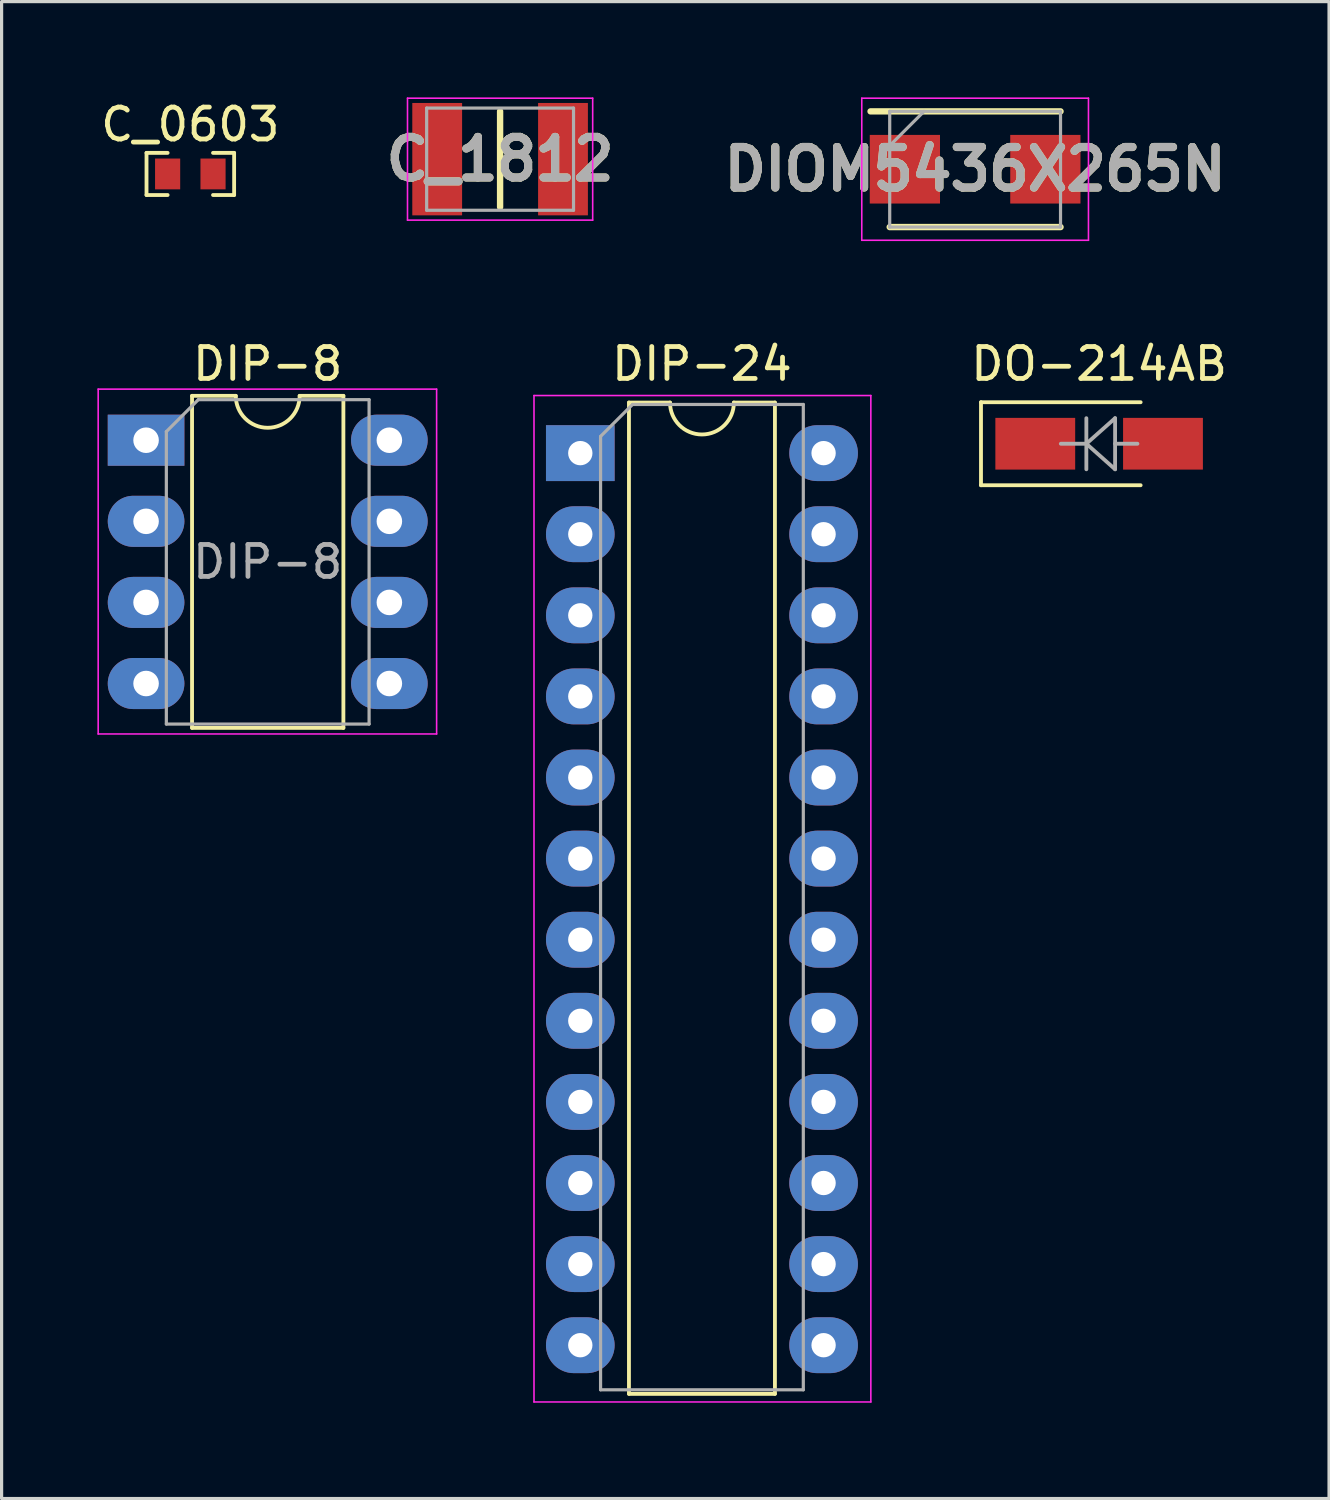
<source format=kicad_pcb>
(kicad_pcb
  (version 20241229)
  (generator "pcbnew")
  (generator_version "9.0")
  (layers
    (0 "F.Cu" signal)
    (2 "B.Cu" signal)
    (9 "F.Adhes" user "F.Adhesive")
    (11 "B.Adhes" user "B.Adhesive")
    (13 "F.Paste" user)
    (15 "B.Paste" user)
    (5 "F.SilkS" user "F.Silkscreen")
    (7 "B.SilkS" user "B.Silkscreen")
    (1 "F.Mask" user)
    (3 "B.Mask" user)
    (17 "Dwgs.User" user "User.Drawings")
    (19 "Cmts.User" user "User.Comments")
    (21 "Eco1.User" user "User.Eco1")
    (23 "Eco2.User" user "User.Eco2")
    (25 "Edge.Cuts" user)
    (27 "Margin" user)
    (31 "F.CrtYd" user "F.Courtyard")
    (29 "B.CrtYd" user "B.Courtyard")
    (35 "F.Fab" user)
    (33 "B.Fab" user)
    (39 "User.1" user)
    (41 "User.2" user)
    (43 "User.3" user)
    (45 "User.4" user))
  (footprint "DIOM5436X265N"
    (layer "F.Cu")
    (at 27.491 2.25)
    (property "Reference" "DIOM5436X265N" (at 0 0 0) (layer "F.SilkS") (effects (font (size 1.27 1.27) (thickness 0.254))))
    (attr smd)
    (fp_line (start -2.675 1.812) (end 2.675 1.812) (stroke (width 0.2) (type solid)) (layer "F.SilkS"))
    (fp_line (start 2.675 -1.812) (end -3.275 -1.812) (stroke (width 0.2) (type solid)) (layer "F.SilkS"))
    (fp_line (start -3.55 -2.225) (end 3.55 -2.225) (stroke (width 0.05) (type solid)) (layer "F.CrtYd"))
    (fp_line (start -3.55 2.225) (end -3.55 -2.225) (stroke (width 0.05) (type solid)) (layer "F.CrtYd"))
    (fp_line (start 3.55 -2.225) (end 3.55 2.225) (stroke (width 0.05) (type solid)) (layer "F.CrtYd"))
    (fp_line (start 3.55 2.225) (end -3.55 2.225) (stroke (width 0.05) (type solid)) (layer "F.CrtYd"))
    (fp_line (start -2.675 -1.812) (end 2.675 -1.812) (stroke (width 0.1) (type solid)) (layer "F.Fab"))
    (fp_line (start -2.675 -0.738) (end -1.6 -1.812) (stroke (width 0.1) (type solid)) (layer "F.Fab"))
    (fp_line (start -2.675 1.812) (end -2.675 -1.812) (stroke (width 0.1) (type solid)) (layer "F.Fab"))
    (fp_line (start 2.675 -1.812) (end 2.675 1.812) (stroke (width 0.1) (type solid)) (layer "F.Fab"))
    (fp_line (start 2.675 1.812) (end -2.675 1.812) (stroke (width 0.1) (type solid)) (layer "F.Fab"))
    (fp_text user "${REFERENCE}" (at 0 0 0) (layer "F.Fab") (effects (font (size 1.27 1.27) (thickness 0.254))))
    (pad "1" smd rect (at -2.2 0 90) (size 2.15 2.2) (layers "F.Cu" "F.Mask" "F.Paste"))
    (pad "2" smd rect (at 2.2 0 90) (size 2.15 2.2) (layers "F.Cu" "F.Mask" "F.Paste")))
  (footprint "DO-214AB"
    (layer "F.Cu")
    (at 31.375 10.848)
    (property "Reference" "DO-214AB" (at 0 -2.5 0) (layer "F.SilkS") (effects (font (size 1 1) (thickness 0.15))))
    (attr through_hole)
    (fp_line (start -3.7 -1.3) (end 1.3 -1.3) (stroke (width 0.12) (type solid)) (layer "F.SilkS"))
    (fp_line (start -3.7 1.3) (end -3.7 -1.3) (stroke (width 0.12) (type solid)) (layer "F.SilkS"))
    (fp_line (start 1.3 1.3) (end -3.7 1.3) (stroke (width 0.12) (type solid)) (layer "F.SilkS"))
    (fp_line (start -0.4 0) (end -1.2 0) (stroke (width 0.12) (type solid)) (layer "F.Fab"))
    (fp_line (start -0.4 0) (end 0.5 -0.8) (stroke (width 0.12) (type solid)) (layer "F.Fab"))
    (fp_line (start -0.4 0.8) (end -0.4 -0.8) (stroke (width 0.12) (type solid)) (layer "F.Fab"))
    (fp_line (start 0.5 -0.8) (end 0.5 0.8) (stroke (width 0.12) (type solid)) (layer "F.Fab"))
    (fp_line (start 0.5 0) (end 1.2 0) (stroke (width 0.12) (type solid)) (layer "F.Fab"))
    (fp_line (start 0.5 0.8) (end -0.4 0) (stroke (width 0.12) (type solid)) (layer "F.Fab"))
    (pad "1" smd rect (at -2 0) (size 2.5 1.62) (layers "F.Cu" "F.Mask" "F.Paste"))
    (pad "2" smd rect (at 2 0) (size 2.5 1.62) (layers "F.Cu" "F.Mask" "F.Paste")))
  (footprint "DIP-8"
    (layer "F.Cu")
    (at 1.525 10.738)
    (property "Reference" "DIP-8" (at 3.81 -2.39 0) (layer "F.SilkS") (effects (font (size 1 1) (thickness 0.15))))
    (attr through_hole)
    (fp_line (start 1.44 -1.39) (end 1.44 9.01) (stroke (width 0.12) (type solid)) (layer "F.SilkS"))
    (fp_line (start 1.44 9.01) (end 6.18 9.01) (stroke (width 0.12) (type solid)) (layer "F.SilkS"))
    (fp_line (start 2.81 -1.39) (end 1.44 -1.39) (stroke (width 0.12) (type solid)) (layer "F.SilkS"))
    (fp_line (start 6.18 -1.39) (end 4.81 -1.39) (stroke (width 0.12) (type solid)) (layer "F.SilkS"))
    (fp_line (start 6.18 9.01) (end 6.18 -1.39) (stroke (width 0.12) (type solid)) (layer "F.SilkS"))
    (fp_arc (start 4.81 -1.39) (mid 3.81 -0.39) (end 2.81 -1.39) (stroke (width 0.12) (type solid)) (layer "F.SilkS"))
    (fp_line (start -1.5 -1.6) (end -1.5 9.2) (stroke (width 0.05) (type solid)) (layer "F.CrtYd"))
    (fp_line (start -1.5 9.2) (end 9.1 9.2) (stroke (width 0.05) (type solid)) (layer "F.CrtYd"))
    (fp_line (start 9.1 -1.6) (end -1.5 -1.6) (stroke (width 0.05) (type solid)) (layer "F.CrtYd"))
    (fp_line (start 9.1 9.2) (end 9.1 -1.6) (stroke (width 0.05) (type solid)) (layer "F.CrtYd"))
    (fp_line (start 0.635 -0.27) (end 1.635 -1.27) (stroke (width 0.1) (type solid)) (layer "F.Fab"))
    (fp_line (start 0.635 8.89) (end 0.635 -0.27) (stroke (width 0.1) (type solid)) (layer "F.Fab"))
    (fp_line (start 1.635 -1.27) (end 6.985 -1.27) (stroke (width 0.1) (type solid)) (layer "F.Fab"))
    (fp_line (start 6.985 -1.27) (end 6.985 8.89) (stroke (width 0.1) (type solid)) (layer "F.Fab"))
    (fp_line (start 6.985 8.89) (end 0.635 8.89) (stroke (width 0.1) (type solid)) (layer "F.Fab"))
    (fp_text user "${REFERENCE}" (at 3.81 3.81 0) (layer "F.Fab") (effects (font (size 1 1) (thickness 0.15))))
    (pad "1" thru_hole rect (at 0 0) (size 2.4 1.6) (drill 0.8) (layers "*.Cu" "*.Mask"))
    (pad "2" thru_hole oval (at 0 2.54) (size 2.4 1.6) (drill 0.8) (layers "*.Cu" "*.Mask"))
    (pad "3" thru_hole oval (at 0 5.08) (size 2.4 1.6) (drill 0.8) (layers "*.Cu" "*.Mask"))
    (pad "4" thru_hole oval (at 0 7.62) (size 2.4 1.6) (drill 0.8) (layers "*.Cu" "*.Mask"))
    (pad "5" thru_hole oval (at 7.62 7.62) (size 2.4 1.6) (drill 0.8) (layers "*.Cu" "*.Mask"))
    (pad "6" thru_hole oval (at 7.62 5.08) (size 2.4 1.6) (drill 0.8) (layers "*.Cu" "*.Mask"))
    (pad "7" thru_hole oval (at 7.62 2.54) (size 2.4 1.6) (drill 0.8) (layers "*.Cu" "*.Mask"))
    (pad "8" thru_hole oval (at 7.62 0) (size 2.4 1.6) (drill 0.8) (layers "*.Cu" "*.Mask")))
  (footprint "DIP-24"
    (layer "F.Cu")
    (at 18.935 25.112)
    (property "Reference" "DIP-24" (at 0 -16.764 0) (layer "F.SilkS") (effects (font (size 1 1) (thickness 0.15))))
    (attr through_hole)
    (fp_line (start -2.286 -15.554) (end -2.286 15.494) (stroke (width 0.12) (type solid)) (layer "F.SilkS"))
    (fp_line (start -2.286 15.494) (end 2.286 15.494) (stroke (width 0.12) (type solid)) (layer "F.SilkS"))
    (fp_line (start -1 -15.554) (end -2.286 -15.554) (stroke (width 0.12) (type solid)) (layer "F.SilkS"))
    (fp_line (start 2.286 -15.554) (end 1 -15.554) (stroke (width 0.12) (type solid)) (layer "F.SilkS"))
    (fp_line (start 2.286 15.494) (end 2.286 -15.554) (stroke (width 0.12) (type solid)) (layer "F.SilkS"))
    (fp_arc (start 1 -15.554) (mid 0 -14.554) (end -1 -15.554) (stroke (width 0.12) (type solid)) (layer "F.SilkS"))
    (fp_line (start -5.26 -15.774) (end -5.26 15.748) (stroke (width 0.05) (type solid)) (layer "F.CrtYd"))
    (fp_line (start -5.26 15.748) (end 5.29 15.748) (stroke (width 0.05) (type solid)) (layer "F.CrtYd"))
    (fp_line (start 5.29 -15.774) (end -5.26 -15.774) (stroke (width 0.05) (type solid)) (layer "F.CrtYd"))
    (fp_line (start 5.29 15.748) (end 5.29 -15.774) (stroke (width 0.05) (type solid)) (layer "F.CrtYd"))
    (fp_line (start -3.175 -14.494) (end -2.175 -15.494) (stroke (width 0.1) (type solid)) (layer "F.Fab"))
    (fp_line (start -3.175 15.367) (end -3.175 -14.494) (stroke (width 0.1) (type solid)) (layer "F.Fab"))
    (fp_line (start -2.175 -15.494) (end 3.175 -15.494) (stroke (width 0.1) (type solid)) (layer "F.Fab"))
    (fp_line (start 3.175 -15.494) (end 3.175 15.367) (stroke (width 0.1) (type solid)) (layer "F.Fab"))
    (fp_line (start 3.175 15.367) (end -3.175 15.367) (stroke (width 0.1) (type solid)) (layer "F.Fab"))
    (pad "1" thru_hole rect (at -3.81 -13.97) (size 2.15 1.75) (drill 0.762) (layers "*.Cu" "*.Mask"))
    (pad "2" thru_hole oval (at -3.81 -11.43) (size 2.15 1.75) (drill 0.762) (layers "*.Cu" "*.Mask"))
    (pad "3" thru_hole oval (at -3.81 -8.89) (size 2.15 1.75) (drill 0.762) (layers "*.Cu" "*.Mask"))
    (pad "4" thru_hole oval (at -3.81 -6.35) (size 2.15 1.75) (drill 0.762) (layers "*.Cu" "*.Mask"))
    (pad "5" thru_hole oval (at -3.81 -3.81) (size 2.15 1.75) (drill 0.762) (layers "*.Cu" "*.Mask"))
    (pad "6" thru_hole oval (at -3.81 -1.27) (size 2.15 1.75) (drill 0.762) (layers "*.Cu" "*.Mask"))
    (pad "7" thru_hole oval (at -3.81 1.27) (size 2.15 1.75) (drill 0.762) (layers "*.Cu" "*.Mask"))
    (pad "8" thru_hole oval (at -3.81 3.81) (size 2.15 1.75) (drill 0.762) (layers "*.Cu" "*.Mask"))
    (pad "9" thru_hole oval (at -3.81 6.35) (size 2.15 1.75) (drill 0.762) (layers "*.Cu" "*.Mask"))
    (pad "10" thru_hole oval (at -3.81 8.89) (size 2.15 1.75) (drill 0.762) (layers "*.Cu" "*.Mask"))
    (pad "11" thru_hole oval (at -3.81 11.43) (size 2.15 1.75) (drill 0.762) (layers "*.Cu" "*.Mask"))
    (pad "12" thru_hole oval (at -3.81 13.97) (size 2.15 1.75) (drill 0.762) (layers "*.Cu" "*.Mask"))
    (pad "13" thru_hole oval (at 3.81 13.97) (size 2.15 1.75) (drill 0.762) (layers "*.Cu" "*.Mask"))
    (pad "14" thru_hole oval (at 3.81 11.43) (size 2.15 1.75) (drill 0.762) (layers "*.Cu" "*.Mask"))
    (pad "15" thru_hole oval (at 3.81 8.89) (size 2.15 1.75) (drill 0.762) (layers "*.Cu" "*.Mask"))
    (pad "16" thru_hole oval (at 3.81 6.35) (size 2.15 1.75) (drill 0.762) (layers "*.Cu" "*.Mask"))
    (pad "17" thru_hole oval (at 3.81 3.81) (size 2.15 1.75) (drill 0.762) (layers "*.Cu" "*.Mask"))
    (pad "18" thru_hole oval (at 3.81 1.27) (size 2.15 1.75) (drill 0.762) (layers "*.Cu" "*.Mask"))
    (pad "19" thru_hole oval (at 3.81 -1.27) (size 2.15 1.75) (drill 0.762) (layers "*.Cu" "*.Mask"))
    (pad "20" thru_hole oval (at 3.81 -3.81) (size 2.15 1.75) (drill 0.762) (layers "*.Cu" "*.Mask"))
    (pad "21" thru_hole oval (at 3.81 -6.35) (size 2.15 1.75) (drill 0.762) (layers "*.Cu" "*.Mask"))
    (pad "22" thru_hole oval (at 3.81 -8.89) (size 2.15 1.75) (drill 0.762) (layers "*.Cu" "*.Mask"))
    (pad "23" thru_hole oval (at 3.81 -11.43) (size 2.15 1.75) (drill 0.762) (layers "*.Cu" "*.Mask"))
    (pad "24" thru_hole oval (at 3.81 -13.97) (size 2.15 1.75) (drill 0.762) (layers "*.Cu" "*.Mask")))
  (footprint "C_0603"
    (layer "F.Cu")
    (at 2.911 2.398)
    (property "Reference" "C_0603" (at 0 -1.549 0) (layer "F.SilkS") (effects (font (size 1 1) (thickness 0.15))))
    (attr through_hole)
    (fp_line (start -1.372 -0.66) (end -1.372 0.66) (stroke (width 0.12) (type solid)) (layer "F.SilkS"))
    (fp_line (start -1.372 0.66) (end -0.711 0.66) (stroke (width 0.12) (type solid)) (layer "F.SilkS"))
    (fp_line (start -0.711 -0.66) (end -1.372 -0.66) (stroke (width 0.12) (type solid)) (layer "F.SilkS"))
    (fp_line (start 0.711 0.66) (end 1.372 0.66) (stroke (width 0.12) (type solid)) (layer "F.SilkS"))
    (fp_line (start 1.372 -0.66) (end 0.711 -0.66) (stroke (width 0.12) (type solid)) (layer "F.SilkS"))
    (fp_line (start 1.372 0.66) (end 1.372 -0.66) (stroke (width 0.12) (type solid)) (layer "F.SilkS"))
    (pad "1" smd rect (at -0.711 0) (size 0.787 0.965) (layers "F.Cu" "F.Mask" "F.Paste"))
    (pad "2" smd rect (at 0.711 0) (size 0.787 0.965) (layers "F.Cu" "F.Mask" "F.Paste")))
  (footprint "C_1812"
    (layer "F.Cu")
    (at 12.613 1.935)
    (property "Reference" "C_1812" (at 0 0 0) (layer "F.SilkS") (effects (font (size 1.27 1.27) (thickness 0.254))))
    (attr smd)
    (fp_line (start 0 -1.5) (end 0 1.5) (stroke (width 0.2) (type solid)) (layer "F.SilkS"))
    (fp_line (start -2.9 -1.91) (end 2.9 -1.91) (stroke (width 0.05) (type solid)) (layer "F.CrtYd"))
    (fp_line (start -2.9 1.91) (end -2.9 -1.91) (stroke (width 0.05) (type solid)) (layer "F.CrtYd"))
    (fp_line (start 2.9 -1.91) (end 2.9 1.91) (stroke (width 0.05) (type solid)) (layer "F.CrtYd"))
    (fp_line (start 2.9 1.91) (end -2.9 1.91) (stroke (width 0.05) (type solid)) (layer "F.CrtYd"))
    (fp_line (start -2.3 -1.6) (end 2.3 -1.6) (stroke (width 0.1) (type solid)) (layer "F.Fab"))
    (fp_line (start -2.3 1.6) (end -2.3 -1.6) (stroke (width 0.1) (type solid)) (layer "F.Fab"))
    (fp_line (start 2.3 -1.6) (end 2.3 1.6) (stroke (width 0.1) (type solid)) (layer "F.Fab"))
    (fp_line (start 2.3 1.6) (end -2.3 1.6) (stroke (width 0.1) (type solid)) (layer "F.Fab"))
    (fp_text user "${REFERENCE}" (at 0 0 0) (layer "F.Fab") (effects (font (size 1.27 1.27) (thickness 0.254))))
    (pad "1" smd rect (at -1.97 0) (size 1.56 3.52) (layers "F.Cu" "F.Mask" "F.Paste"))
    (pad "2" smd rect (at 1.97 0) (size 1.56 3.52) (layers "F.Cu" "F.Mask" "F.Paste")))
  (gr_rect
    (start -3 -3)
    (end 38.576 43.885)
    (stroke (width 0.1) (type default))
    (fill no)
    (layer "Edge.Cuts")))
</source>
